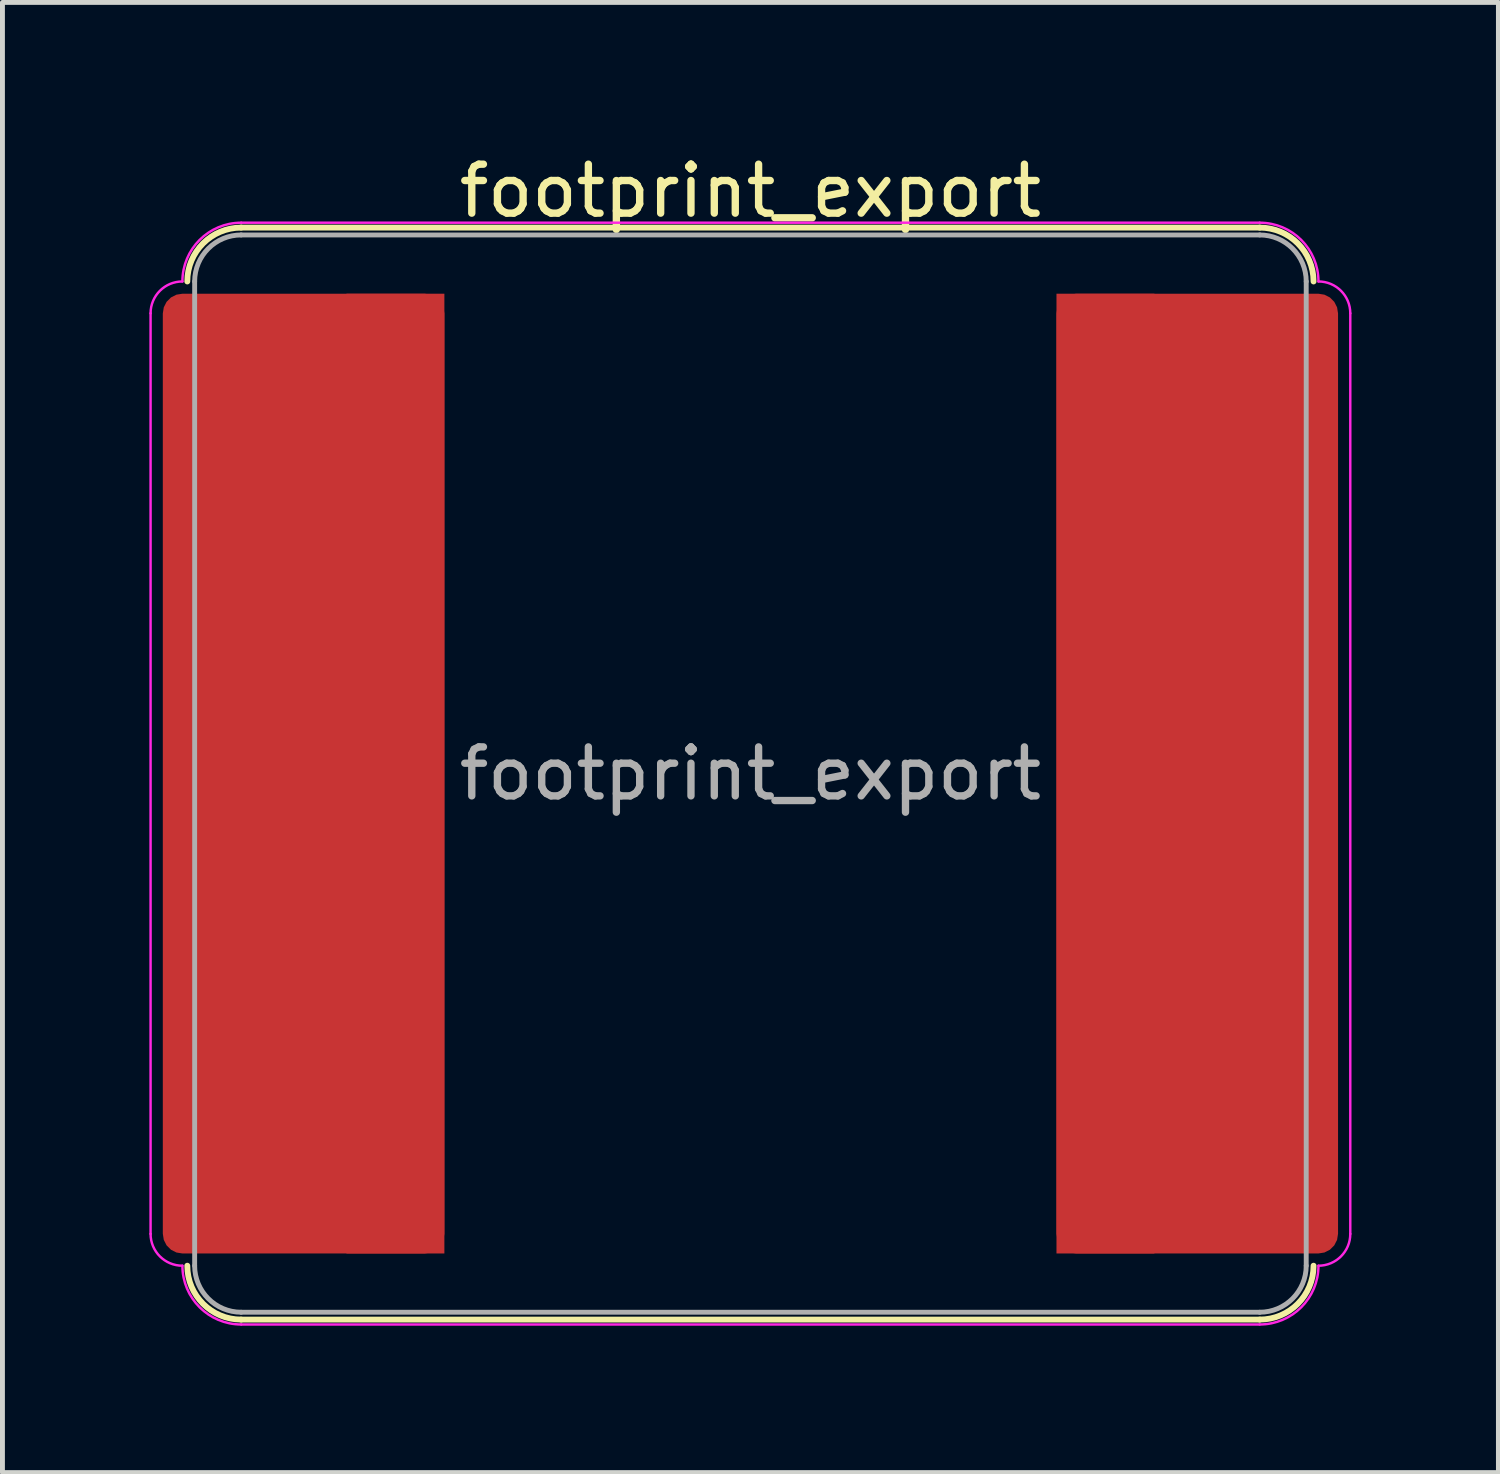
<source format=kicad_pcb>
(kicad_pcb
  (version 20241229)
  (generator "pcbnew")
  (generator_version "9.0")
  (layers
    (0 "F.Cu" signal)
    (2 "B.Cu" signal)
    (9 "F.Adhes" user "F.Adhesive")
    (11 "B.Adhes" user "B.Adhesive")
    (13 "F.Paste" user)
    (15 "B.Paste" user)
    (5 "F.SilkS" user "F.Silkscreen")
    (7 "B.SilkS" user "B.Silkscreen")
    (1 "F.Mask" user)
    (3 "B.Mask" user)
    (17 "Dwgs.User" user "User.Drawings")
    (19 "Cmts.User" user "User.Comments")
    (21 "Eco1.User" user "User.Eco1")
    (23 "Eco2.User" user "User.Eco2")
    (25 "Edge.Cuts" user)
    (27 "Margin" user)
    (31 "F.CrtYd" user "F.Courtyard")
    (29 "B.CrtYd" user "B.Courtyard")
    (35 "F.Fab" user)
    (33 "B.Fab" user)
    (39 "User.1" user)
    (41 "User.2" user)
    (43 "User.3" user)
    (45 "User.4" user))
  (footprint "footprint_export"
    (layer "F.Cu")
    (at 12.275 12.748)
    (property "Reference" "footprint_export" (at 0 -11.9 0) (layer "F.SilkS") (effects (font (size 1 1) (thickness 0.15))))
    (attr smd)
    (fp_line (start -10.4 -11.15) (end 10.4 -11.15) (stroke (width 0.12) (type solid)) (layer "F.SilkS"))
    (fp_line (start 10.4 11.15) (end -10.4 11.15) (stroke (width 0.12) (type solid)) (layer "F.SilkS"))
    (fp_arc (start -11.5 -10.05) (mid -11.177817 -10.827817) (end -10.4 -11.15) (stroke (width 0.12) (type solid)) (layer "F.SilkS"))
    (fp_arc (start -10.4 11.15) (mid -11.177817 10.827817) (end -11.5 10.05) (stroke (width 0.12) (type solid)) (layer "F.SilkS"))
    (fp_arc (start 10.4 -11.15) (mid 11.177817 -10.827817) (end 11.5 -10.05) (stroke (width 0.12) (type solid)) (layer "F.SilkS"))
    (fp_arc (start 11.5 10.05) (mid 11.177817 10.827817) (end 10.4 11.15) (stroke (width 0.12) (type solid)) (layer "F.SilkS"))
    (fp_line (start -12.25 9.4) (end -12.25 -9.4) (stroke (width 0.05) (type solid)) (layer "F.CrtYd"))
    (fp_line (start -10.4 -11.25) (end 10.4 -11.25) (stroke (width 0.05) (type solid)) (layer "F.CrtYd"))
    (fp_line (start 10.4 11.25) (end -10.4 11.25) (stroke (width 0.05) (type solid)) (layer "F.CrtYd"))
    (fp_line (start 12.25 -9.4) (end 12.25 9.4) (stroke (width 0.05) (type solid)) (layer "F.CrtYd"))
    (fp_arc (start -12.25 -9.4) (mid -12.059619 -9.859619) (end -11.6 -10.05) (stroke (width 0.05) (type solid)) (layer "F.CrtYd"))
    (fp_arc (start -11.6 -10.05) (mid -11.248528 -10.898528) (end -10.4 -11.25) (stroke (width 0.05) (type solid)) (layer "F.CrtYd"))
    (fp_arc (start -11.6 10.05) (mid -12.059619 9.859619) (end -12.25 9.4) (stroke (width 0.05) (type solid)) (layer "F.CrtYd"))
    (fp_arc (start -10.4 11.25) (mid -11.248528 10.898528) (end -11.6 10.05) (stroke (width 0.05) (type solid)) (layer "F.CrtYd"))
    (fp_arc (start 10.4 -11.25) (mid 11.248528 -10.898528) (end 11.6 -10.05) (stroke (width 0.05) (type solid)) (layer "F.CrtYd"))
    (fp_arc (start 11.6 -10.05) (mid 12.059619 -9.859619) (end 12.25 -9.4) (stroke (width 0.05) (type solid)) (layer "F.CrtYd"))
    (fp_arc (start 11.6 10.05) (mid 11.248528 10.898528) (end 10.4 11.25) (stroke (width 0.05) (type solid)) (layer "F.CrtYd"))
    (fp_arc (start 12.25 9.4) (mid 12.059619 9.859619) (end 11.6 10.05) (stroke (width 0.05) (type solid)) (layer "F.CrtYd"))
    (fp_line (start -11.35 -10.05) (end -11.35 10.05) (stroke (width 0.1) (type solid)) (layer "F.Fab"))
    (fp_line (start -10.4 -11) (end 10.4 -11) (stroke (width 0.1) (type solid)) (layer "F.Fab"))
    (fp_line (start 10.4 11) (end -10.4 11) (stroke (width 0.1) (type solid)) (layer "F.Fab"))
    (fp_line (start 11.35 -10.05) (end 11.35 10.05) (stroke (width 0.1) (type solid)) (layer "F.Fab"))
    (fp_arc (start -11.35 -10.05) (mid -11.071751 -10.721751) (end -10.4 -11) (stroke (width 0.1) (type solid)) (layer "F.Fab"))
    (fp_arc (start -10.4 11) (mid -11.071751 10.721751) (end -11.35 10.05) (stroke (width 0.1) (type solid)) (layer "F.Fab"))
    (fp_arc (start 10.4 -11) (mid 11.071751 -10.721751) (end 11.35 -10.05) (stroke (width 0.1) (type solid)) (layer "F.Fab"))
    (fp_arc (start 11.35 10.05) (mid 11.071751 10.721751) (end 10.4 11) (stroke (width 0.1) (type solid)) (layer "F.Fab"))
    (fp_text user "${REFERENCE}" (at 0 0 0) (layer "F.Fab") (effects (font (size 1 1) (thickness 0.15))))
    (pad "1" smd roundrect (at -9.125 0) (size 5.75 19.6) (layers "F.Cu" "F.Mask" "F.Paste") (roundrect_rratio 0.07))
    (pad "1" smd rect (at -7.25 0) (size 2 19.6) (layers "F.Cu" "F.Mask" "F.Paste"))
    (pad "2" smd rect (at 7.25 0) (size 2 19.6) (layers "F.Cu" "F.Mask" "F.Paste"))
    (pad "2" smd roundrect (at 9.125 0) (size 5.75 19.6) (layers "F.Cu" "F.Mask" "F.Paste") (roundrect_rratio 0.07)))
  (gr_rect
    (start -3 -3)
    (end 27.55 27.023)
    (stroke (width 0.1) (type default))
    (fill no)
    (layer "Edge.Cuts")))
</source>
